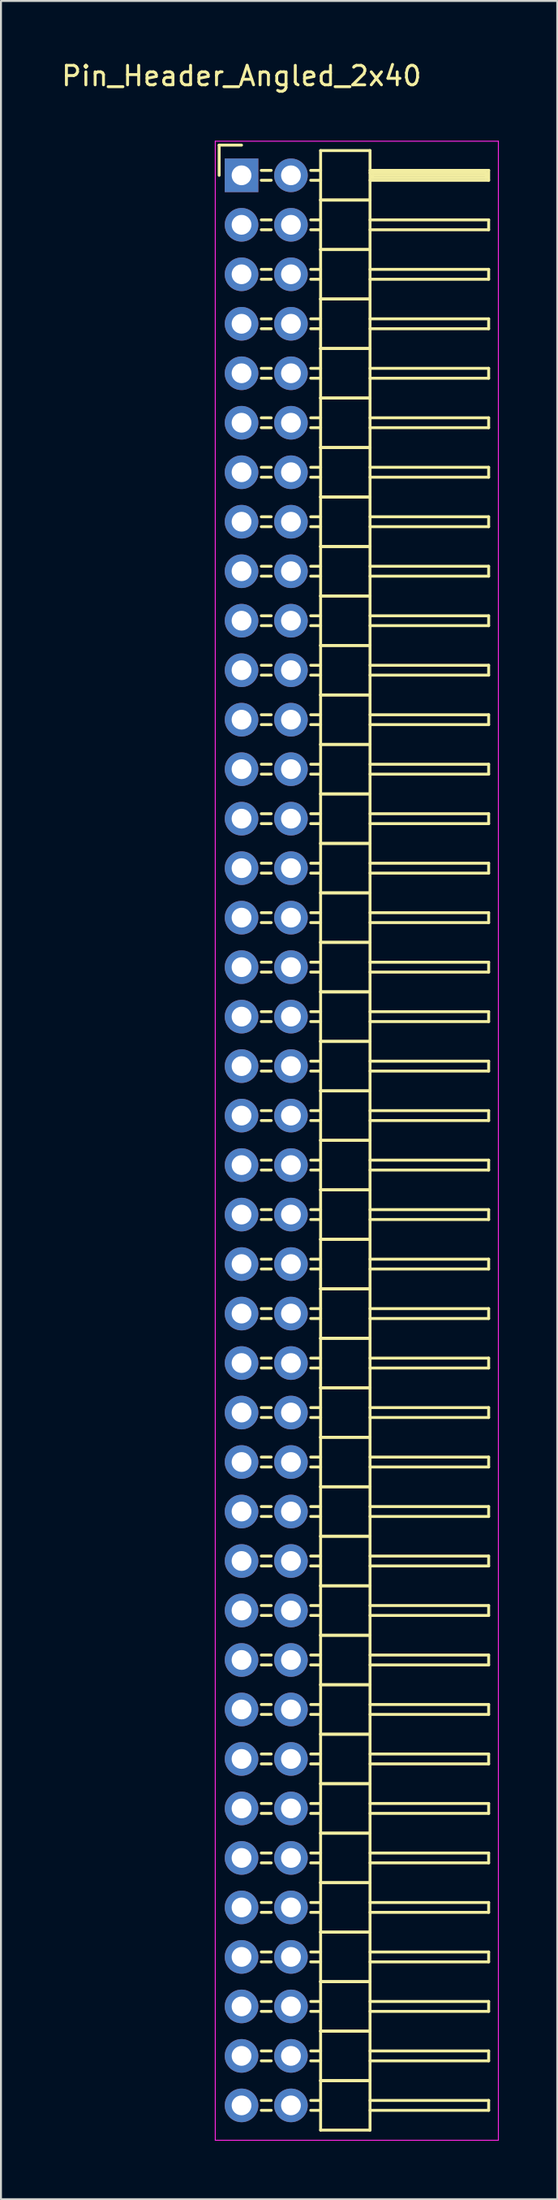
<source format=kicad_pcb>
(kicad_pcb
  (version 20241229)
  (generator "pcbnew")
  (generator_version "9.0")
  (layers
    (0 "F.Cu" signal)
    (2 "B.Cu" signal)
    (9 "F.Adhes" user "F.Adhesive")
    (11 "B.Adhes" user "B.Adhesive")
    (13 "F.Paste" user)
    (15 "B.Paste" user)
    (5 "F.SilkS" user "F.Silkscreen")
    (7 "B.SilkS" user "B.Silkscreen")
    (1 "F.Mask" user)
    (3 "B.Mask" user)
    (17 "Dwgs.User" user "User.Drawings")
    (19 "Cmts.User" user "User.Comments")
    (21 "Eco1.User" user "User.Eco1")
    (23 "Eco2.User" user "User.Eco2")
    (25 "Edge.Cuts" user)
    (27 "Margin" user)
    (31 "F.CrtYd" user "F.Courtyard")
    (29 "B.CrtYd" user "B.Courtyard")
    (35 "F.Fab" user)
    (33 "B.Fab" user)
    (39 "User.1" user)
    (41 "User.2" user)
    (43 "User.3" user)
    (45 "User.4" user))
  (footprint "Pin_Header_Angled_2x40"
    (layer "F.Cu")
    (at 9.363 5.948)
    (property "Reference" "Pin_Header_Angled_2x40" (at 0 -5.1 0) (layer "F.SilkS") (effects (font (size 1 1) (thickness 0.15))))
    (attr through_hole)
    (fp_line (start -1.15 -1.55) (end -1.15 0) (stroke (width 0.15) (type solid)) (layer "F.SilkS"))
    (fp_line (start 0 -1.55) (end -1.15 -1.55) (stroke (width 0.15) (type solid)) (layer "F.SilkS"))
    (fp_line (start 1.524 -0.254) (end 1.016 -0.254) (stroke (width 0.15) (type solid)) (layer "F.SilkS"))
    (fp_line (start 1.524 0.254) (end 1.016 0.254) (stroke (width 0.15) (type solid)) (layer "F.SilkS"))
    (fp_line (start 1.524 2.286) (end 1.016 2.286) (stroke (width 0.15) (type solid)) (layer "F.SilkS"))
    (fp_line (start 1.524 2.794) (end 1.016 2.794) (stroke (width 0.15) (type solid)) (layer "F.SilkS"))
    (fp_line (start 1.524 4.826) (end 1.016 4.826) (stroke (width 0.15) (type solid)) (layer "F.SilkS"))
    (fp_line (start 1.524 5.334) (end 1.016 5.334) (stroke (width 0.15) (type solid)) (layer "F.SilkS"))
    (fp_line (start 1.524 7.366) (end 1.016 7.366) (stroke (width 0.15) (type solid)) (layer "F.SilkS"))
    (fp_line (start 1.524 7.874) (end 1.016 7.874) (stroke (width 0.15) (type solid)) (layer "F.SilkS"))
    (fp_line (start 1.524 9.906) (end 1.016 9.906) (stroke (width 0.15) (type solid)) (layer "F.SilkS"))
    (fp_line (start 1.524 10.414) (end 1.016 10.414) (stroke (width 0.15) (type solid)) (layer "F.SilkS"))
    (fp_line (start 1.524 12.446) (end 1.016 12.446) (stroke (width 0.15) (type solid)) (layer "F.SilkS"))
    (fp_line (start 1.524 12.954) (end 1.016 12.954) (stroke (width 0.15) (type solid)) (layer "F.SilkS"))
    (fp_line (start 1.524 14.986) (end 1.016 14.986) (stroke (width 0.15) (type solid)) (layer "F.SilkS"))
    (fp_line (start 1.524 15.494) (end 1.016 15.494) (stroke (width 0.15) (type solid)) (layer "F.SilkS"))
    (fp_line (start 1.524 17.526) (end 1.016 17.526) (stroke (width 0.15) (type solid)) (layer "F.SilkS"))
    (fp_line (start 1.524 18.034) (end 1.016 18.034) (stroke (width 0.15) (type solid)) (layer "F.SilkS"))
    (fp_line (start 1.524 20.066) (end 1.016 20.066) (stroke (width 0.15) (type solid)) (layer "F.SilkS"))
    (fp_line (start 1.524 20.574) (end 1.016 20.574) (stroke (width 0.15) (type solid)) (layer "F.SilkS"))
    (fp_line (start 1.524 22.606) (end 1.016 22.606) (stroke (width 0.15) (type solid)) (layer "F.SilkS"))
    (fp_line (start 1.524 23.114) (end 1.016 23.114) (stroke (width 0.15) (type solid)) (layer "F.SilkS"))
    (fp_line (start 1.524 25.146) (end 1.016 25.146) (stroke (width 0.15) (type solid)) (layer "F.SilkS"))
    (fp_line (start 1.524 25.654) (end 1.016 25.654) (stroke (width 0.15) (type solid)) (layer "F.SilkS"))
    (fp_line (start 1.524 27.686) (end 1.016 27.686) (stroke (width 0.15) (type solid)) (layer "F.SilkS"))
    (fp_line (start 1.524 28.194) (end 1.016 28.194) (stroke (width 0.15) (type solid)) (layer "F.SilkS"))
    (fp_line (start 1.524 30.226) (end 1.016 30.226) (stroke (width 0.15) (type solid)) (layer "F.SilkS"))
    (fp_line (start 1.524 30.734) (end 1.016 30.734) (stroke (width 0.15) (type solid)) (layer "F.SilkS"))
    (fp_line (start 1.524 32.766) (end 1.016 32.766) (stroke (width 0.15) (type solid)) (layer "F.SilkS"))
    (fp_line (start 1.524 33.274) (end 1.016 33.274) (stroke (width 0.15) (type solid)) (layer "F.SilkS"))
    (fp_line (start 1.524 35.306) (end 1.016 35.306) (stroke (width 0.15) (type solid)) (layer "F.SilkS"))
    (fp_line (start 1.524 35.814) (end 1.016 35.814) (stroke (width 0.15) (type solid)) (layer "F.SilkS"))
    (fp_line (start 1.524 37.846) (end 1.016 37.846) (stroke (width 0.15) (type solid)) (layer "F.SilkS"))
    (fp_line (start 1.524 38.354) (end 1.016 38.354) (stroke (width 0.15) (type solid)) (layer "F.SilkS"))
    (fp_line (start 1.524 40.386) (end 1.016 40.386) (stroke (width 0.15) (type solid)) (layer "F.SilkS"))
    (fp_line (start 1.524 40.894) (end 1.016 40.894) (stroke (width 0.15) (type solid)) (layer "F.SilkS"))
    (fp_line (start 1.524 42.926) (end 1.016 42.926) (stroke (width 0.15) (type solid)) (layer "F.SilkS"))
    (fp_line (start 1.524 43.434) (end 1.016 43.434) (stroke (width 0.15) (type solid)) (layer "F.SilkS"))
    (fp_line (start 1.524 45.466) (end 1.016 45.466) (stroke (width 0.15) (type solid)) (layer "F.SilkS"))
    (fp_line (start 1.524 45.974) (end 1.016 45.974) (stroke (width 0.15) (type solid)) (layer "F.SilkS"))
    (fp_line (start 1.524 48.006) (end 1.016 48.006) (stroke (width 0.15) (type solid)) (layer "F.SilkS"))
    (fp_line (start 1.524 48.514) (end 1.016 48.514) (stroke (width 0.15) (type solid)) (layer "F.SilkS"))
    (fp_line (start 1.524 50.546) (end 1.016 50.546) (stroke (width 0.15) (type solid)) (layer "F.SilkS"))
    (fp_line (start 1.524 51.054) (end 1.016 51.054) (stroke (width 0.15) (type solid)) (layer "F.SilkS"))
    (fp_line (start 1.524 53.086) (end 1.016 53.086) (stroke (width 0.15) (type solid)) (layer "F.SilkS"))
    (fp_line (start 1.524 53.594) (end 1.016 53.594) (stroke (width 0.15) (type solid)) (layer "F.SilkS"))
    (fp_line (start 1.524 55.626) (end 1.016 55.626) (stroke (width 0.15) (type solid)) (layer "F.SilkS"))
    (fp_line (start 1.524 56.134) (end 1.016 56.134) (stroke (width 0.15) (type solid)) (layer "F.SilkS"))
    (fp_line (start 1.524 58.166) (end 1.016 58.166) (stroke (width 0.15) (type solid)) (layer "F.SilkS"))
    (fp_line (start 1.524 58.674) (end 1.016 58.674) (stroke (width 0.15) (type solid)) (layer "F.SilkS"))
    (fp_line (start 1.524 60.706) (end 1.016 60.706) (stroke (width 0.15) (type solid)) (layer "F.SilkS"))
    (fp_line (start 1.524 61.214) (end 1.016 61.214) (stroke (width 0.15) (type solid)) (layer "F.SilkS"))
    (fp_line (start 1.524 63.246) (end 1.016 63.246) (stroke (width 0.15) (type solid)) (layer "F.SilkS"))
    (fp_line (start 1.524 63.754) (end 1.016 63.754) (stroke (width 0.15) (type solid)) (layer "F.SilkS"))
    (fp_line (start 1.524 65.786) (end 1.016 65.786) (stroke (width 0.15) (type solid)) (layer "F.SilkS"))
    (fp_line (start 1.524 66.294) (end 1.016 66.294) (stroke (width 0.15) (type solid)) (layer "F.SilkS"))
    (fp_line (start 1.524 68.326) (end 1.016 68.326) (stroke (width 0.15) (type solid)) (layer "F.SilkS"))
    (fp_line (start 1.524 68.834) (end 1.016 68.834) (stroke (width 0.15) (type solid)) (layer "F.SilkS"))
    (fp_line (start 1.524 70.866) (end 1.016 70.866) (stroke (width 0.15) (type solid)) (layer "F.SilkS"))
    (fp_line (start 1.524 71.374) (end 1.016 71.374) (stroke (width 0.15) (type solid)) (layer "F.SilkS"))
    (fp_line (start 1.524 73.406) (end 1.016 73.406) (stroke (width 0.15) (type solid)) (layer "F.SilkS"))
    (fp_line (start 1.524 73.914) (end 1.016 73.914) (stroke (width 0.15) (type solid)) (layer "F.SilkS"))
    (fp_line (start 1.524 75.946) (end 1.016 75.946) (stroke (width 0.15) (type solid)) (layer "F.SilkS"))
    (fp_line (start 1.524 76.454) (end 1.016 76.454) (stroke (width 0.15) (type solid)) (layer "F.SilkS"))
    (fp_line (start 1.524 78.486) (end 1.016 78.486) (stroke (width 0.15) (type solid)) (layer "F.SilkS"))
    (fp_line (start 1.524 78.994) (end 1.016 78.994) (stroke (width 0.15) (type solid)) (layer "F.SilkS"))
    (fp_line (start 1.524 81.026) (end 1.016 81.026) (stroke (width 0.15) (type solid)) (layer "F.SilkS"))
    (fp_line (start 1.524 81.534) (end 1.016 81.534) (stroke (width 0.15) (type solid)) (layer "F.SilkS"))
    (fp_line (start 1.524 83.566) (end 1.016 83.566) (stroke (width 0.15) (type solid)) (layer "F.SilkS"))
    (fp_line (start 1.524 84.074) (end 1.016 84.074) (stroke (width 0.15) (type solid)) (layer "F.SilkS"))
    (fp_line (start 1.524 86.106) (end 1.016 86.106) (stroke (width 0.15) (type solid)) (layer "F.SilkS"))
    (fp_line (start 1.524 86.614) (end 1.016 86.614) (stroke (width 0.15) (type solid)) (layer "F.SilkS"))
    (fp_line (start 1.524 88.646) (end 1.016 88.646) (stroke (width 0.15) (type solid)) (layer "F.SilkS"))
    (fp_line (start 1.524 89.154) (end 1.016 89.154) (stroke (width 0.15) (type solid)) (layer "F.SilkS"))
    (fp_line (start 1.524 91.186) (end 1.016 91.186) (stroke (width 0.15) (type solid)) (layer "F.SilkS"))
    (fp_line (start 1.524 91.694) (end 1.016 91.694) (stroke (width 0.15) (type solid)) (layer "F.SilkS"))
    (fp_line (start 1.524 93.726) (end 1.016 93.726) (stroke (width 0.15) (type solid)) (layer "F.SilkS"))
    (fp_line (start 1.524 94.234) (end 1.016 94.234) (stroke (width 0.15) (type solid)) (layer "F.SilkS"))
    (fp_line (start 1.524 96.266) (end 1.016 96.266) (stroke (width 0.15) (type solid)) (layer "F.SilkS"))
    (fp_line (start 1.524 96.774) (end 1.016 96.774) (stroke (width 0.15) (type solid)) (layer "F.SilkS"))
    (fp_line (start 1.524 98.806) (end 1.016 98.806) (stroke (width 0.15) (type solid)) (layer "F.SilkS"))
    (fp_line (start 1.524 99.314) (end 1.016 99.314) (stroke (width 0.15) (type solid)) (layer "F.SilkS"))
    (fp_line (start 4.064 -1.27) (end 4.064 1.27) (stroke (width 0.15) (type solid)) (layer "F.SilkS"))
    (fp_line (start 4.064 -1.27) (end 6.604 -1.27) (stroke (width 0.15) (type solid)) (layer "F.SilkS"))
    (fp_line (start 4.064 -0.254) (end 3.556 -0.254) (stroke (width 0.15) (type solid)) (layer "F.SilkS"))
    (fp_line (start 4.064 0.254) (end 3.556 0.254) (stroke (width 0.15) (type solid)) (layer "F.SilkS"))
    (fp_line (start 4.064 1.27) (end 4.064 3.81) (stroke (width 0.15) (type solid)) (layer "F.SilkS"))
    (fp_line (start 4.064 1.27) (end 6.604 1.27) (stroke (width 0.15) (type solid)) (layer "F.SilkS"))
    (fp_line (start 4.064 1.27) (end 6.604 1.27) (stroke (width 0.15) (type solid)) (layer "F.SilkS"))
    (fp_line (start 4.064 2.286) (end 3.556 2.286) (stroke (width 0.15) (type solid)) (layer "F.SilkS"))
    (fp_line (start 4.064 2.794) (end 3.556 2.794) (stroke (width 0.15) (type solid)) (layer "F.SilkS"))
    (fp_line (start 4.064 3.81) (end 4.064 6.35) (stroke (width 0.15) (type solid)) (layer "F.SilkS"))
    (fp_line (start 4.064 3.81) (end 6.604 3.81) (stroke (width 0.15) (type solid)) (layer "F.SilkS"))
    (fp_line (start 4.064 3.81) (end 6.604 3.81) (stroke (width 0.15) (type solid)) (layer "F.SilkS"))
    (fp_line (start 4.064 4.826) (end 3.556 4.826) (stroke (width 0.15) (type solid)) (layer "F.SilkS"))
    (fp_line (start 4.064 5.334) (end 3.556 5.334) (stroke (width 0.15) (type solid)) (layer "F.SilkS"))
    (fp_line (start 4.064 6.35) (end 4.064 8.89) (stroke (width 0.15) (type solid)) (layer "F.SilkS"))
    (fp_line (start 4.064 6.35) (end 6.604 6.35) (stroke (width 0.15) (type solid)) (layer "F.SilkS"))
    (fp_line (start 4.064 6.35) (end 6.604 6.35) (stroke (width 0.15) (type solid)) (layer "F.SilkS"))
    (fp_line (start 4.064 7.366) (end 3.556 7.366) (stroke (width 0.15) (type solid)) (layer "F.SilkS"))
    (fp_line (start 4.064 7.874) (end 3.556 7.874) (stroke (width 0.15) (type solid)) (layer "F.SilkS"))
    (fp_line (start 4.064 8.89) (end 4.064 11.43) (stroke (width 0.15) (type solid)) (layer "F.SilkS"))
    (fp_line (start 4.064 8.89) (end 6.604 8.89) (stroke (width 0.15) (type solid)) (layer "F.SilkS"))
    (fp_line (start 4.064 8.89) (end 6.604 8.89) (stroke (width 0.15) (type solid)) (layer "F.SilkS"))
    (fp_line (start 4.064 9.906) (end 3.556 9.906) (stroke (width 0.15) (type solid)) (layer "F.SilkS"))
    (fp_line (start 4.064 10.414) (end 3.556 10.414) (stroke (width 0.15) (type solid)) (layer "F.SilkS"))
    (fp_line (start 4.064 11.43) (end 4.064 13.97) (stroke (width 0.15) (type solid)) (layer "F.SilkS"))
    (fp_line (start 4.064 11.43) (end 6.604 11.43) (stroke (width 0.15) (type solid)) (layer "F.SilkS"))
    (fp_line (start 4.064 11.43) (end 6.604 11.43) (stroke (width 0.15) (type solid)) (layer "F.SilkS"))
    (fp_line (start 4.064 12.446) (end 3.556 12.446) (stroke (width 0.15) (type solid)) (layer "F.SilkS"))
    (fp_line (start 4.064 12.954) (end 3.556 12.954) (stroke (width 0.15) (type solid)) (layer "F.SilkS"))
    (fp_line (start 4.064 13.97) (end 4.064 16.51) (stroke (width 0.15) (type solid)) (layer "F.SilkS"))
    (fp_line (start 4.064 13.97) (end 6.604 13.97) (stroke (width 0.15) (type solid)) (layer "F.SilkS"))
    (fp_line (start 4.064 13.97) (end 6.604 13.97) (stroke (width 0.15) (type solid)) (layer "F.SilkS"))
    (fp_line (start 4.064 14.986) (end 3.556 14.986) (stroke (width 0.15) (type solid)) (layer "F.SilkS"))
    (fp_line (start 4.064 15.494) (end 3.556 15.494) (stroke (width 0.15) (type solid)) (layer "F.SilkS"))
    (fp_line (start 4.064 16.51) (end 4.064 19.05) (stroke (width 0.15) (type solid)) (layer "F.SilkS"))
    (fp_line (start 4.064 16.51) (end 6.604 16.51) (stroke (width 0.15) (type solid)) (layer "F.SilkS"))
    (fp_line (start 4.064 16.51) (end 6.604 16.51) (stroke (width 0.15) (type solid)) (layer "F.SilkS"))
    (fp_line (start 4.064 17.526) (end 3.556 17.526) (stroke (width 0.15) (type solid)) (layer "F.SilkS"))
    (fp_line (start 4.064 18.034) (end 3.556 18.034) (stroke (width 0.15) (type solid)) (layer "F.SilkS"))
    (fp_line (start 4.064 19.05) (end 4.064 21.59) (stroke (width 0.15) (type solid)) (layer "F.SilkS"))
    (fp_line (start 4.064 19.05) (end 6.604 19.05) (stroke (width 0.15) (type solid)) (layer "F.SilkS"))
    (fp_line (start 4.064 19.05) (end 6.604 19.05) (stroke (width 0.15) (type solid)) (layer "F.SilkS"))
    (fp_line (start 4.064 20.066) (end 3.556 20.066) (stroke (width 0.15) (type solid)) (layer "F.SilkS"))
    (fp_line (start 4.064 20.574) (end 3.556 20.574) (stroke (width 0.15) (type solid)) (layer "F.SilkS"))
    (fp_line (start 4.064 21.59) (end 4.064 24.13) (stroke (width 0.15) (type solid)) (layer "F.SilkS"))
    (fp_line (start 4.064 21.59) (end 6.604 21.59) (stroke (width 0.15) (type solid)) (layer "F.SilkS"))
    (fp_line (start 4.064 21.59) (end 6.604 21.59) (stroke (width 0.15) (type solid)) (layer "F.SilkS"))
    (fp_line (start 4.064 22.606) (end 3.556 22.606) (stroke (width 0.15) (type solid)) (layer "F.SilkS"))
    (fp_line (start 4.064 23.114) (end 3.556 23.114) (stroke (width 0.15) (type solid)) (layer "F.SilkS"))
    (fp_line (start 4.064 24.13) (end 4.064 26.67) (stroke (width 0.15) (type solid)) (layer "F.SilkS"))
    (fp_line (start 4.064 24.13) (end 6.604 24.13) (stroke (width 0.15) (type solid)) (layer "F.SilkS"))
    (fp_line (start 4.064 24.13) (end 6.604 24.13) (stroke (width 0.15) (type solid)) (layer "F.SilkS"))
    (fp_line (start 4.064 25.146) (end 3.556 25.146) (stroke (width 0.15) (type solid)) (layer "F.SilkS"))
    (fp_line (start 4.064 25.654) (end 3.556 25.654) (stroke (width 0.15) (type solid)) (layer "F.SilkS"))
    (fp_line (start 4.064 26.67) (end 4.064 29.21) (stroke (width 0.15) (type solid)) (layer "F.SilkS"))
    (fp_line (start 4.064 26.67) (end 6.604 26.67) (stroke (width 0.15) (type solid)) (layer "F.SilkS"))
    (fp_line (start 4.064 26.67) (end 6.604 26.67) (stroke (width 0.15) (type solid)) (layer "F.SilkS"))
    (fp_line (start 4.064 27.686) (end 3.556 27.686) (stroke (width 0.15) (type solid)) (layer "F.SilkS"))
    (fp_line (start 4.064 28.194) (end 3.556 28.194) (stroke (width 0.15) (type solid)) (layer "F.SilkS"))
    (fp_line (start 4.064 29.21) (end 4.064 31.75) (stroke (width 0.15) (type solid)) (layer "F.SilkS"))
    (fp_line (start 4.064 29.21) (end 6.604 29.21) (stroke (width 0.15) (type solid)) (layer "F.SilkS"))
    (fp_line (start 4.064 29.21) (end 6.604 29.21) (stroke (width 0.15) (type solid)) (layer "F.SilkS"))
    (fp_line (start 4.064 30.226) (end 3.556 30.226) (stroke (width 0.15) (type solid)) (layer "F.SilkS"))
    (fp_line (start 4.064 30.734) (end 3.556 30.734) (stroke (width 0.15) (type solid)) (layer "F.SilkS"))
    (fp_line (start 4.064 31.75) (end 4.064 34.29) (stroke (width 0.15) (type solid)) (layer "F.SilkS"))
    (fp_line (start 4.064 31.75) (end 6.604 31.75) (stroke (width 0.15) (type solid)) (layer "F.SilkS"))
    (fp_line (start 4.064 31.75) (end 6.604 31.75) (stroke (width 0.15) (type solid)) (layer "F.SilkS"))
    (fp_line (start 4.064 32.766) (end 3.556 32.766) (stroke (width 0.15) (type solid)) (layer "F.SilkS"))
    (fp_line (start 4.064 33.274) (end 3.556 33.274) (stroke (width 0.15) (type solid)) (layer "F.SilkS"))
    (fp_line (start 4.064 34.29) (end 4.064 36.83) (stroke (width 0.15) (type solid)) (layer "F.SilkS"))
    (fp_line (start 4.064 34.29) (end 6.604 34.29) (stroke (width 0.15) (type solid)) (layer "F.SilkS"))
    (fp_line (start 4.064 34.29) (end 6.604 34.29) (stroke (width 0.15) (type solid)) (layer "F.SilkS"))
    (fp_line (start 4.064 35.306) (end 3.556 35.306) (stroke (width 0.15) (type solid)) (layer "F.SilkS"))
    (fp_line (start 4.064 35.814) (end 3.556 35.814) (stroke (width 0.15) (type solid)) (layer "F.SilkS"))
    (fp_line (start 4.064 36.83) (end 4.064 39.37) (stroke (width 0.15) (type solid)) (layer "F.SilkS"))
    (fp_line (start 4.064 36.83) (end 6.604 36.83) (stroke (width 0.15) (type solid)) (layer "F.SilkS"))
    (fp_line (start 4.064 36.83) (end 6.604 36.83) (stroke (width 0.15) (type solid)) (layer "F.SilkS"))
    (fp_line (start 4.064 37.846) (end 3.556 37.846) (stroke (width 0.15) (type solid)) (layer "F.SilkS"))
    (fp_line (start 4.064 38.354) (end 3.556 38.354) (stroke (width 0.15) (type solid)) (layer "F.SilkS"))
    (fp_line (start 4.064 39.37) (end 4.064 41.91) (stroke (width 0.15) (type solid)) (layer "F.SilkS"))
    (fp_line (start 4.064 39.37) (end 6.604 39.37) (stroke (width 0.15) (type solid)) (layer "F.SilkS"))
    (fp_line (start 4.064 39.37) (end 6.604 39.37) (stroke (width 0.15) (type solid)) (layer "F.SilkS"))
    (fp_line (start 4.064 40.386) (end 3.556 40.386) (stroke (width 0.15) (type solid)) (layer "F.SilkS"))
    (fp_line (start 4.064 40.894) (end 3.556 40.894) (stroke (width 0.15) (type solid)) (layer "F.SilkS"))
    (fp_line (start 4.064 41.91) (end 4.064 44.45) (stroke (width 0.15) (type solid)) (layer "F.SilkS"))
    (fp_line (start 4.064 41.91) (end 6.604 41.91) (stroke (width 0.15) (type solid)) (layer "F.SilkS"))
    (fp_line (start 4.064 41.91) (end 6.604 41.91) (stroke (width 0.15) (type solid)) (layer "F.SilkS"))
    (fp_line (start 4.064 42.926) (end 3.556 42.926) (stroke (width 0.15) (type solid)) (layer "F.SilkS"))
    (fp_line (start 4.064 43.434) (end 3.556 43.434) (stroke (width 0.15) (type solid)) (layer "F.SilkS"))
    (fp_line (start 4.064 44.45) (end 4.064 46.99) (stroke (width 0.15) (type solid)) (layer "F.SilkS"))
    (fp_line (start 4.064 44.45) (end 6.604 44.45) (stroke (width 0.15) (type solid)) (layer "F.SilkS"))
    (fp_line (start 4.064 44.45) (end 6.604 44.45) (stroke (width 0.15) (type solid)) (layer "F.SilkS"))
    (fp_line (start 4.064 45.466) (end 3.556 45.466) (stroke (width 0.15) (type solid)) (layer "F.SilkS"))
    (fp_line (start 4.064 45.974) (end 3.556 45.974) (stroke (width 0.15) (type solid)) (layer "F.SilkS"))
    (fp_line (start 4.064 46.99) (end 4.064 49.53) (stroke (width 0.15) (type solid)) (layer "F.SilkS"))
    (fp_line (start 4.064 46.99) (end 6.604 46.99) (stroke (width 0.15) (type solid)) (layer "F.SilkS"))
    (fp_line (start 4.064 46.99) (end 6.604 46.99) (stroke (width 0.15) (type solid)) (layer "F.SilkS"))
    (fp_line (start 4.064 48.006) (end 3.556 48.006) (stroke (width 0.15) (type solid)) (layer "F.SilkS"))
    (fp_line (start 4.064 48.514) (end 3.556 48.514) (stroke (width 0.15) (type solid)) (layer "F.SilkS"))
    (fp_line (start 4.064 49.53) (end 4.064 52.07) (stroke (width 0.15) (type solid)) (layer "F.SilkS"))
    (fp_line (start 4.064 49.53) (end 6.604 49.53) (stroke (width 0.15) (type solid)) (layer "F.SilkS"))
    (fp_line (start 4.064 49.53) (end 6.604 49.53) (stroke (width 0.15) (type solid)) (layer "F.SilkS"))
    (fp_line (start 4.064 50.546) (end 3.556 50.546) (stroke (width 0.15) (type solid)) (layer "F.SilkS"))
    (fp_line (start 4.064 51.054) (end 3.556 51.054) (stroke (width 0.15) (type solid)) (layer "F.SilkS"))
    (fp_line (start 4.064 52.07) (end 4.064 54.61) (stroke (width 0.15) (type solid)) (layer "F.SilkS"))
    (fp_line (start 4.064 52.07) (end 6.604 52.07) (stroke (width 0.15) (type solid)) (layer "F.SilkS"))
    (fp_line (start 4.064 52.07) (end 6.604 52.07) (stroke (width 0.15) (type solid)) (layer "F.SilkS"))
    (fp_line (start 4.064 53.086) (end 3.556 53.086) (stroke (width 0.15) (type solid)) (layer "F.SilkS"))
    (fp_line (start 4.064 53.594) (end 3.556 53.594) (stroke (width 0.15) (type solid)) (layer "F.SilkS"))
    (fp_line (start 4.064 54.61) (end 4.064 57.15) (stroke (width 0.15) (type solid)) (layer "F.SilkS"))
    (fp_line (start 4.064 54.61) (end 6.604 54.61) (stroke (width 0.15) (type solid)) (layer "F.SilkS"))
    (fp_line (start 4.064 54.61) (end 6.604 54.61) (stroke (width 0.15) (type solid)) (layer "F.SilkS"))
    (fp_line (start 4.064 55.626) (end 3.556 55.626) (stroke (width 0.15) (type solid)) (layer "F.SilkS"))
    (fp_line (start 4.064 56.134) (end 3.556 56.134) (stroke (width 0.15) (type solid)) (layer "F.SilkS"))
    (fp_line (start 4.064 57.15) (end 4.064 59.69) (stroke (width 0.15) (type solid)) (layer "F.SilkS"))
    (fp_line (start 4.064 57.15) (end 6.604 57.15) (stroke (width 0.15) (type solid)) (layer "F.SilkS"))
    (fp_line (start 4.064 57.15) (end 6.604 57.15) (stroke (width 0.15) (type solid)) (layer "F.SilkS"))
    (fp_line (start 4.064 58.166) (end 3.556 58.166) (stroke (width 0.15) (type solid)) (layer "F.SilkS"))
    (fp_line (start 4.064 58.674) (end 3.556 58.674) (stroke (width 0.15) (type solid)) (layer "F.SilkS"))
    (fp_line (start 4.064 59.69) (end 4.064 62.23) (stroke (width 0.15) (type solid)) (layer "F.SilkS"))
    (fp_line (start 4.064 59.69) (end 6.604 59.69) (stroke (width 0.15) (type solid)) (layer "F.SilkS"))
    (fp_line (start 4.064 59.69) (end 6.604 59.69) (stroke (width 0.15) (type solid)) (layer "F.SilkS"))
    (fp_line (start 4.064 60.706) (end 3.556 60.706) (stroke (width 0.15) (type solid)) (layer "F.SilkS"))
    (fp_line (start 4.064 61.214) (end 3.556 61.214) (stroke (width 0.15) (type solid)) (layer "F.SilkS"))
    (fp_line (start 4.064 62.23) (end 4.064 64.77) (stroke (width 0.15) (type solid)) (layer "F.SilkS"))
    (fp_line (start 4.064 62.23) (end 6.604 62.23) (stroke (width 0.15) (type solid)) (layer "F.SilkS"))
    (fp_line (start 4.064 62.23) (end 6.604 62.23) (stroke (width 0.15) (type solid)) (layer "F.SilkS"))
    (fp_line (start 4.064 63.246) (end 3.556 63.246) (stroke (width 0.15) (type solid)) (layer "F.SilkS"))
    (fp_line (start 4.064 63.754) (end 3.556 63.754) (stroke (width 0.15) (type solid)) (layer "F.SilkS"))
    (fp_line (start 4.064 64.77) (end 4.064 67.31) (stroke (width 0.15) (type solid)) (layer "F.SilkS"))
    (fp_line (start 4.064 64.77) (end 6.604 64.77) (stroke (width 0.15) (type solid)) (layer "F.SilkS"))
    (fp_line (start 4.064 64.77) (end 6.604 64.77) (stroke (width 0.15) (type solid)) (layer "F.SilkS"))
    (fp_line (start 4.064 65.786) (end 3.556 65.786) (stroke (width 0.15) (type solid)) (layer "F.SilkS"))
    (fp_line (start 4.064 66.294) (end 3.556 66.294) (stroke (width 0.15) (type solid)) (layer "F.SilkS"))
    (fp_line (start 4.064 67.31) (end 4.064 69.85) (stroke (width 0.15) (type solid)) (layer "F.SilkS"))
    (fp_line (start 4.064 67.31) (end 6.604 67.31) (stroke (width 0.15) (type solid)) (layer "F.SilkS"))
    (fp_line (start 4.064 67.31) (end 6.604 67.31) (stroke (width 0.15) (type solid)) (layer "F.SilkS"))
    (fp_line (start 4.064 68.326) (end 3.556 68.326) (stroke (width 0.15) (type solid)) (layer "F.SilkS"))
    (fp_line (start 4.064 68.834) (end 3.556 68.834) (stroke (width 0.15) (type solid)) (layer "F.SilkS"))
    (fp_line (start 4.064 69.85) (end 4.064 72.39) (stroke (width 0.15) (type solid)) (layer "F.SilkS"))
    (fp_line (start 4.064 69.85) (end 6.604 69.85) (stroke (width 0.15) (type solid)) (layer "F.SilkS"))
    (fp_line (start 4.064 69.85) (end 6.604 69.85) (stroke (width 0.15) (type solid)) (layer "F.SilkS"))
    (fp_line (start 4.064 70.866) (end 3.556 70.866) (stroke (width 0.15) (type solid)) (layer "F.SilkS"))
    (fp_line (start 4.064 71.374) (end 3.556 71.374) (stroke (width 0.15) (type solid)) (layer "F.SilkS"))
    (fp_line (start 4.064 72.39) (end 4.064 74.93) (stroke (width 0.15) (type solid)) (layer "F.SilkS"))
    (fp_line (start 4.064 72.39) (end 6.604 72.39) (stroke (width 0.15) (type solid)) (layer "F.SilkS"))
    (fp_line (start 4.064 72.39) (end 6.604 72.39) (stroke (width 0.15) (type solid)) (layer "F.SilkS"))
    (fp_line (start 4.064 73.406) (end 3.556 73.406) (stroke (width 0.15) (type solid)) (layer "F.SilkS"))
    (fp_line (start 4.064 73.914) (end 3.556 73.914) (stroke (width 0.15) (type solid)) (layer "F.SilkS"))
    (fp_line (start 4.064 74.93) (end 4.064 77.47) (stroke (width 0.15) (type solid)) (layer "F.SilkS"))
    (fp_line (start 4.064 74.93) (end 6.604 74.93) (stroke (width 0.15) (type solid)) (layer "F.SilkS"))
    (fp_line (start 4.064 74.93) (end 6.604 74.93) (stroke (width 0.15) (type solid)) (layer "F.SilkS"))
    (fp_line (start 4.064 75.946) (end 3.556 75.946) (stroke (width 0.15) (type solid)) (layer "F.SilkS"))
    (fp_line (start 4.064 76.454) (end 3.556 76.454) (stroke (width 0.15) (type solid)) (layer "F.SilkS"))
    (fp_line (start 4.064 77.47) (end 4.064 80.01) (stroke (width 0.15) (type solid)) (layer "F.SilkS"))
    (fp_line (start 4.064 77.47) (end 6.604 77.47) (stroke (width 0.15) (type solid)) (layer "F.SilkS"))
    (fp_line (start 4.064 77.47) (end 6.604 77.47) (stroke (width 0.15) (type solid)) (layer "F.SilkS"))
    (fp_line (start 4.064 78.486) (end 3.556 78.486) (stroke (width 0.15) (type solid)) (layer "F.SilkS"))
    (fp_line (start 4.064 78.994) (end 3.556 78.994) (stroke (width 0.15) (type solid)) (layer "F.SilkS"))
    (fp_line (start 4.064 80.01) (end 4.064 82.55) (stroke (width 0.15) (type solid)) (layer "F.SilkS"))
    (fp_line (start 4.064 80.01) (end 6.604 80.01) (stroke (width 0.15) (type solid)) (layer "F.SilkS"))
    (fp_line (start 4.064 80.01) (end 6.604 80.01) (stroke (width 0.15) (type solid)) (layer "F.SilkS"))
    (fp_line (start 4.064 81.026) (end 3.556 81.026) (stroke (width 0.15) (type solid)) (layer "F.SilkS"))
    (fp_line (start 4.064 81.534) (end 3.556 81.534) (stroke (width 0.15) (type solid)) (layer "F.SilkS"))
    (fp_line (start 4.064 82.55) (end 4.064 85.09) (stroke (width 0.15) (type solid)) (layer "F.SilkS"))
    (fp_line (start 4.064 82.55) (end 6.604 82.55) (stroke (width 0.15) (type solid)) (layer "F.SilkS"))
    (fp_line (start 4.064 82.55) (end 6.604 82.55) (stroke (width 0.15) (type solid)) (layer "F.SilkS"))
    (fp_line (start 4.064 83.566) (end 3.556 83.566) (stroke (width 0.15) (type solid)) (layer "F.SilkS"))
    (fp_line (start 4.064 84.074) (end 3.556 84.074) (stroke (width 0.15) (type solid)) (layer "F.SilkS"))
    (fp_line (start 4.064 85.09) (end 4.064 87.63) (stroke (width 0.15) (type solid)) (layer "F.SilkS"))
    (fp_line (start 4.064 85.09) (end 6.604 85.09) (stroke (width 0.15) (type solid)) (layer "F.SilkS"))
    (fp_line (start 4.064 85.09) (end 6.604 85.09) (stroke (width 0.15) (type solid)) (layer "F.SilkS"))
    (fp_line (start 4.064 86.106) (end 3.556 86.106) (stroke (width 0.15) (type solid)) (layer "F.SilkS"))
    (fp_line (start 4.064 86.614) (end 3.556 86.614) (stroke (width 0.15) (type solid)) (layer "F.SilkS"))
    (fp_line (start 4.064 87.63) (end 4.064 90.17) (stroke (width 0.15) (type solid)) (layer "F.SilkS"))
    (fp_line (start 4.064 87.63) (end 6.604 87.63) (stroke (width 0.15) (type solid)) (layer "F.SilkS"))
    (fp_line (start 4.064 87.63) (end 6.604 87.63) (stroke (width 0.15) (type solid)) (layer "F.SilkS"))
    (fp_line (start 4.064 88.646) (end 3.556 88.646) (stroke (width 0.15) (type solid)) (layer "F.SilkS"))
    (fp_line (start 4.064 89.154) (end 3.556 89.154) (stroke (width 0.15) (type solid)) (layer "F.SilkS"))
    (fp_line (start 4.064 90.17) (end 4.064 92.71) (stroke (width 0.15) (type solid)) (layer "F.SilkS"))
    (fp_line (start 4.064 90.17) (end 6.604 90.17) (stroke (width 0.15) (type solid)) (layer "F.SilkS"))
    (fp_line (start 4.064 90.17) (end 6.604 90.17) (stroke (width 0.15) (type solid)) (layer "F.SilkS"))
    (fp_line (start 4.064 91.186) (end 3.556 91.186) (stroke (width 0.15) (type solid)) (layer "F.SilkS"))
    (fp_line (start 4.064 91.694) (end 3.556 91.694) (stroke (width 0.15) (type solid)) (layer "F.SilkS"))
    (fp_line (start 4.064 92.71) (end 4.064 95.25) (stroke (width 0.15) (type solid)) (layer "F.SilkS"))
    (fp_line (start 4.064 92.71) (end 6.604 92.71) (stroke (width 0.15) (type solid)) (layer "F.SilkS"))
    (fp_line (start 4.064 92.71) (end 6.604 92.71) (stroke (width 0.15) (type solid)) (layer "F.SilkS"))
    (fp_line (start 4.064 93.726) (end 3.556 93.726) (stroke (width 0.15) (type solid)) (layer "F.SilkS"))
    (fp_line (start 4.064 94.234) (end 3.556 94.234) (stroke (width 0.15) (type solid)) (layer "F.SilkS"))
    (fp_line (start 4.064 95.25) (end 4.064 97.79) (stroke (width 0.15) (type solid)) (layer "F.SilkS"))
    (fp_line (start 4.064 95.25) (end 6.604 95.25) (stroke (width 0.15) (type solid)) (layer "F.SilkS"))
    (fp_line (start 4.064 95.25) (end 6.604 95.25) (stroke (width 0.15) (type solid)) (layer "F.SilkS"))
    (fp_line (start 4.064 96.266) (end 3.556 96.266) (stroke (width 0.15) (type solid)) (layer "F.SilkS"))
    (fp_line (start 4.064 96.774) (end 3.556 96.774) (stroke (width 0.15) (type solid)) (layer "F.SilkS"))
    (fp_line (start 4.064 97.79) (end 4.064 100.33) (stroke (width 0.15) (type solid)) (layer "F.SilkS"))
    (fp_line (start 4.064 97.79) (end 6.604 97.79) (stroke (width 0.15) (type solid)) (layer "F.SilkS"))
    (fp_line (start 4.064 97.79) (end 6.604 97.79) (stroke (width 0.15) (type solid)) (layer "F.SilkS"))
    (fp_line (start 4.064 98.806) (end 3.556 98.806) (stroke (width 0.15) (type solid)) (layer "F.SilkS"))
    (fp_line (start 4.064 99.314) (end 3.556 99.314) (stroke (width 0.15) (type solid)) (layer "F.SilkS"))
    (fp_line (start 4.064 100.33) (end 6.604 100.33) (stroke (width 0.15) (type solid)) (layer "F.SilkS"))
    (fp_line (start 6.604 -0.254) (end 12.7 -0.254) (stroke (width 0.15) (type solid)) (layer "F.SilkS"))
    (fp_line (start 6.604 -0.127) (end 12.573 -0.127) (stroke (width 0.15) (type solid)) (layer "F.SilkS"))
    (fp_line (start 6.604 1.27) (end 6.604 -1.27) (stroke (width 0.15) (type solid)) (layer "F.SilkS"))
    (fp_line (start 6.604 2.286) (end 12.7 2.286) (stroke (width 0.15) (type solid)) (layer "F.SilkS"))
    (fp_line (start 6.604 3.81) (end 6.604 1.27) (stroke (width 0.15) (type solid)) (layer "F.SilkS"))
    (fp_line (start 6.604 4.826) (end 12.7 4.826) (stroke (width 0.15) (type solid)) (layer "F.SilkS"))
    (fp_line (start 6.604 6.35) (end 6.604 3.81) (stroke (width 0.15) (type solid)) (layer "F.SilkS"))
    (fp_line (start 6.604 7.366) (end 12.7 7.366) (stroke (width 0.15) (type solid)) (layer "F.SilkS"))
    (fp_line (start 6.604 8.89) (end 6.604 6.35) (stroke (width 0.15) (type solid)) (layer "F.SilkS"))
    (fp_line (start 6.604 9.906) (end 12.7 9.906) (stroke (width 0.15) (type solid)) (layer "F.SilkS"))
    (fp_line (start 6.604 11.43) (end 6.604 8.89) (stroke (width 0.15) (type solid)) (layer "F.SilkS"))
    (fp_line (start 6.604 12.446) (end 12.7 12.446) (stroke (width 0.15) (type solid)) (layer "F.SilkS"))
    (fp_line (start 6.604 13.97) (end 6.604 11.43) (stroke (width 0.15) (type solid)) (layer "F.SilkS"))
    (fp_line (start 6.604 14.986) (end 12.7 14.986) (stroke (width 0.15) (type solid)) (layer "F.SilkS"))
    (fp_line (start 6.604 16.51) (end 6.604 13.97) (stroke (width 0.15) (type solid)) (layer "F.SilkS"))
    (fp_line (start 6.604 17.526) (end 12.7 17.526) (stroke (width 0.15) (type solid)) (layer "F.SilkS"))
    (fp_line (start 6.604 19.05) (end 6.604 16.51) (stroke (width 0.15) (type solid)) (layer "F.SilkS"))
    (fp_line (start 6.604 20.066) (end 12.7 20.066) (stroke (width 0.15) (type solid)) (layer "F.SilkS"))
    (fp_line (start 6.604 21.59) (end 6.604 19.05) (stroke (width 0.15) (type solid)) (layer "F.SilkS"))
    (fp_line (start 6.604 22.606) (end 12.7 22.606) (stroke (width 0.15) (type solid)) (layer "F.SilkS"))
    (fp_line (start 6.604 24.13) (end 6.604 21.59) (stroke (width 0.15) (type solid)) (layer "F.SilkS"))
    (fp_line (start 6.604 25.146) (end 12.7 25.146) (stroke (width 0.15) (type solid)) (layer "F.SilkS"))
    (fp_line (start 6.604 26.67) (end 6.604 24.13) (stroke (width 0.15) (type solid)) (layer "F.SilkS"))
    (fp_line (start 6.604 27.686) (end 12.7 27.686) (stroke (width 0.15) (type solid)) (layer "F.SilkS"))
    (fp_line (start 6.604 29.21) (end 6.604 26.67) (stroke (width 0.15) (type solid)) (layer "F.SilkS"))
    (fp_line (start 6.604 30.226) (end 12.7 30.226) (stroke (width 0.15) (type solid)) (layer "F.SilkS"))
    (fp_line (start 6.604 31.75) (end 6.604 29.21) (stroke (width 0.15) (type solid)) (layer "F.SilkS"))
    (fp_line (start 6.604 32.766) (end 12.7 32.766) (stroke (width 0.15) (type solid)) (layer "F.SilkS"))
    (fp_line (start 6.604 34.29) (end 6.604 31.75) (stroke (width 0.15) (type solid)) (layer "F.SilkS"))
    (fp_line (start 6.604 35.306) (end 12.7 35.306) (stroke (width 0.15) (type solid)) (layer "F.SilkS"))
    (fp_line (start 6.604 36.83) (end 6.604 34.29) (stroke (width 0.15) (type solid)) (layer "F.SilkS"))
    (fp_line (start 6.604 37.846) (end 12.7 37.846) (stroke (width 0.15) (type solid)) (layer "F.SilkS"))
    (fp_line (start 6.604 39.37) (end 6.604 36.83) (stroke (width 0.15) (type solid)) (layer "F.SilkS"))
    (fp_line (start 6.604 40.386) (end 12.7 40.386) (stroke (width 0.15) (type solid)) (layer "F.SilkS"))
    (fp_line (start 6.604 41.91) (end 6.604 39.37) (stroke (width 0.15) (type solid)) (layer "F.SilkS"))
    (fp_line (start 6.604 42.926) (end 12.7 42.926) (stroke (width 0.15) (type solid)) (layer "F.SilkS"))
    (fp_line (start 6.604 44.45) (end 6.604 41.91) (stroke (width 0.15) (type solid)) (layer "F.SilkS"))
    (fp_line (start 6.604 45.466) (end 12.7 45.466) (stroke (width 0.15) (type solid)) (layer "F.SilkS"))
    (fp_line (start 6.604 46.99) (end 6.604 44.45) (stroke (width 0.15) (type solid)) (layer "F.SilkS"))
    (fp_line (start 6.604 48.006) (end 12.7 48.006) (stroke (width 0.15) (type solid)) (layer "F.SilkS"))
    (fp_line (start 6.604 49.53) (end 6.604 46.99) (stroke (width 0.15) (type solid)) (layer "F.SilkS"))
    (fp_line (start 6.604 50.546) (end 12.7 50.546) (stroke (width 0.15) (type solid)) (layer "F.SilkS"))
    (fp_line (start 6.604 52.07) (end 6.604 49.53) (stroke (width 0.15) (type solid)) (layer "F.SilkS"))
    (fp_line (start 6.604 53.086) (end 12.7 53.086) (stroke (width 0.15) (type solid)) (layer "F.SilkS"))
    (fp_line (start 6.604 54.61) (end 6.604 52.07) (stroke (width 0.15) (type solid)) (layer "F.SilkS"))
    (fp_line (start 6.604 55.626) (end 12.7 55.626) (stroke (width 0.15) (type solid)) (layer "F.SilkS"))
    (fp_line (start 6.604 57.15) (end 6.604 54.61) (stroke (width 0.15) (type solid)) (layer "F.SilkS"))
    (fp_line (start 6.604 58.166) (end 12.7 58.166) (stroke (width 0.15) (type solid)) (layer "F.SilkS"))
    (fp_line (start 6.604 59.69) (end 6.604 57.15) (stroke (width 0.15) (type solid)) (layer "F.SilkS"))
    (fp_line (start 6.604 60.706) (end 12.7 60.706) (stroke (width 0.15) (type solid)) (layer "F.SilkS"))
    (fp_line (start 6.604 62.23) (end 6.604 59.69) (stroke (width 0.15) (type solid)) (layer "F.SilkS"))
    (fp_line (start 6.604 63.246) (end 12.7 63.246) (stroke (width 0.15) (type solid)) (layer "F.SilkS"))
    (fp_line (start 6.604 64.77) (end 6.604 62.23) (stroke (width 0.15) (type solid)) (layer "F.SilkS"))
    (fp_line (start 6.604 65.786) (end 12.7 65.786) (stroke (width 0.15) (type solid)) (layer "F.SilkS"))
    (fp_line (start 6.604 67.31) (end 6.604 64.77) (stroke (width 0.15) (type solid)) (layer "F.SilkS"))
    (fp_line (start 6.604 68.326) (end 12.7 68.326) (stroke (width 0.15) (type solid)) (layer "F.SilkS"))
    (fp_line (start 6.604 69.85) (end 6.604 67.31) (stroke (width 0.15) (type solid)) (layer "F.SilkS"))
    (fp_line (start 6.604 70.866) (end 12.7 70.866) (stroke (width 0.15) (type solid)) (layer "F.SilkS"))
    (fp_line (start 6.604 72.39) (end 6.604 69.85) (stroke (width 0.15) (type solid)) (layer "F.SilkS"))
    (fp_line (start 6.604 73.406) (end 12.7 73.406) (stroke (width 0.15) (type solid)) (layer "F.SilkS"))
    (fp_line (start 6.604 74.93) (end 6.604 72.39) (stroke (width 0.15) (type solid)) (layer "F.SilkS"))
    (fp_line (start 6.604 75.946) (end 12.7 75.946) (stroke (width 0.15) (type solid)) (layer "F.SilkS"))
    (fp_line (start 6.604 77.47) (end 6.604 74.93) (stroke (width 0.15) (type solid)) (layer "F.SilkS"))
    (fp_line (start 6.604 78.486) (end 12.7 78.486) (stroke (width 0.15) (type solid)) (layer "F.SilkS"))
    (fp_line (start 6.604 80.01) (end 6.604 77.47) (stroke (width 0.15) (type solid)) (layer "F.SilkS"))
    (fp_line (start 6.604 81.026) (end 12.7 81.026) (stroke (width 0.15) (type solid)) (layer "F.SilkS"))
    (fp_line (start 6.604 82.55) (end 6.604 80.01) (stroke (width 0.15) (type solid)) (layer "F.SilkS"))
    (fp_line (start 6.604 83.566) (end 12.7 83.566) (stroke (width 0.15) (type solid)) (layer "F.SilkS"))
    (fp_line (start 6.604 85.09) (end 6.604 82.55) (stroke (width 0.15) (type solid)) (layer "F.SilkS"))
    (fp_line (start 6.604 86.106) (end 12.7 86.106) (stroke (width 0.15) (type solid)) (layer "F.SilkS"))
    (fp_line (start 6.604 87.63) (end 6.604 85.09) (stroke (width 0.15) (type solid)) (layer "F.SilkS"))
    (fp_line (start 6.604 88.646) (end 12.7 88.646) (stroke (width 0.15) (type solid)) (layer "F.SilkS"))
    (fp_line (start 6.604 90.17) (end 6.604 87.63) (stroke (width 0.15) (type solid)) (layer "F.SilkS"))
    (fp_line (start 6.604 91.186) (end 12.7 91.186) (stroke (width 0.15) (type solid)) (layer "F.SilkS"))
    (fp_line (start 6.604 92.71) (end 6.604 90.17) (stroke (width 0.15) (type solid)) (layer "F.SilkS"))
    (fp_line (start 6.604 93.726) (end 12.7 93.726) (stroke (width 0.15) (type solid)) (layer "F.SilkS"))
    (fp_line (start 6.604 95.25) (end 6.604 92.71) (stroke (width 0.15) (type solid)) (layer "F.SilkS"))
    (fp_line (start 6.604 96.266) (end 12.7 96.266) (stroke (width 0.15) (type solid)) (layer "F.SilkS"))
    (fp_line (start 6.604 97.79) (end 6.604 95.25) (stroke (width 0.15) (type solid)) (layer "F.SilkS"))
    (fp_line (start 6.604 98.806) (end 12.7 98.806) (stroke (width 0.15) (type solid)) (layer "F.SilkS"))
    (fp_line (start 6.604 100.33) (end 6.604 97.79) (stroke (width 0.15) (type solid)) (layer "F.SilkS"))
    (fp_line (start 6.731 0) (end 12.573 0) (stroke (width 0.15) (type solid)) (layer "F.SilkS"))
    (fp_line (start 6.731 0.127) (end 6.731 0) (stroke (width 0.15) (type solid)) (layer "F.SilkS"))
    (fp_line (start 12.573 -0.127) (end 12.573 0.127) (stroke (width 0.15) (type solid)) (layer "F.SilkS"))
    (fp_line (start 12.573 0.127) (end 6.731 0.127) (stroke (width 0.15) (type solid)) (layer "F.SilkS"))
    (fp_line (start 12.7 -0.254) (end 12.7 0.254) (stroke (width 0.15) (type solid)) (layer "F.SilkS"))
    (fp_line (start 12.7 0.254) (end 6.604 0.254) (stroke (width 0.15) (type solid)) (layer "F.SilkS"))
    (fp_line (start 12.7 2.286) (end 12.7 2.794) (stroke (width 0.15) (type solid)) (layer "F.SilkS"))
    (fp_line (start 12.7 2.794) (end 6.604 2.794) (stroke (width 0.15) (type solid)) (layer "F.SilkS"))
    (fp_line (start 12.7 4.826) (end 12.7 5.334) (stroke (width 0.15) (type solid)) (layer "F.SilkS"))
    (fp_line (start 12.7 5.334) (end 6.604 5.334) (stroke (width 0.15) (type solid)) (layer "F.SilkS"))
    (fp_line (start 12.7 7.366) (end 12.7 7.874) (stroke (width 0.15) (type solid)) (layer "F.SilkS"))
    (fp_line (start 12.7 7.874) (end 6.604 7.874) (stroke (width 0.15) (type solid)) (layer "F.SilkS"))
    (fp_line (start 12.7 9.906) (end 12.7 10.414) (stroke (width 0.15) (type solid)) (layer "F.SilkS"))
    (fp_line (start 12.7 10.414) (end 6.604 10.414) (stroke (width 0.15) (type solid)) (layer "F.SilkS"))
    (fp_line (start 12.7 12.446) (end 12.7 12.954) (stroke (width 0.15) (type solid)) (layer "F.SilkS"))
    (fp_line (start 12.7 12.954) (end 6.604 12.954) (stroke (width 0.15) (type solid)) (layer "F.SilkS"))
    (fp_line (start 12.7 14.986) (end 12.7 15.494) (stroke (width 0.15) (type solid)) (layer "F.SilkS"))
    (fp_line (start 12.7 15.494) (end 6.604 15.494) (stroke (width 0.15) (type solid)) (layer "F.SilkS"))
    (fp_line (start 12.7 17.526) (end 12.7 18.034) (stroke (width 0.15) (type solid)) (layer "F.SilkS"))
    (fp_line (start 12.7 18.034) (end 6.604 18.034) (stroke (width 0.15) (type solid)) (layer "F.SilkS"))
    (fp_line (start 12.7 20.066) (end 12.7 20.574) (stroke (width 0.15) (type solid)) (layer "F.SilkS"))
    (fp_line (start 12.7 20.574) (end 6.604 20.574) (stroke (width 0.15) (type solid)) (layer "F.SilkS"))
    (fp_line (start 12.7 22.606) (end 12.7 23.114) (stroke (width 0.15) (type solid)) (layer "F.SilkS"))
    (fp_line (start 12.7 23.114) (end 6.604 23.114) (stroke (width 0.15) (type solid)) (layer "F.SilkS"))
    (fp_line (start 12.7 25.146) (end 12.7 25.654) (stroke (width 0.15) (type solid)) (layer "F.SilkS"))
    (fp_line (start 12.7 25.654) (end 6.604 25.654) (stroke (width 0.15) (type solid)) (layer "F.SilkS"))
    (fp_line (start 12.7 27.686) (end 12.7 28.194) (stroke (width 0.15) (type solid)) (layer "F.SilkS"))
    (fp_line (start 12.7 28.194) (end 6.604 28.194) (stroke (width 0.15) (type solid)) (layer "F.SilkS"))
    (fp_line (start 12.7 30.226) (end 12.7 30.734) (stroke (width 0.15) (type solid)) (layer "F.SilkS"))
    (fp_line (start 12.7 30.734) (end 6.604 30.734) (stroke (width 0.15) (type solid)) (layer "F.SilkS"))
    (fp_line (start 12.7 32.766) (end 12.7 33.274) (stroke (width 0.15) (type solid)) (layer "F.SilkS"))
    (fp_line (start 12.7 33.274) (end 6.604 33.274) (stroke (width 0.15) (type solid)) (layer "F.SilkS"))
    (fp_line (start 12.7 35.306) (end 12.7 35.814) (stroke (width 0.15) (type solid)) (layer "F.SilkS"))
    (fp_line (start 12.7 35.814) (end 6.604 35.814) (stroke (width 0.15) (type solid)) (layer "F.SilkS"))
    (fp_line (start 12.7 37.846) (end 12.7 38.354) (stroke (width 0.15) (type solid)) (layer "F.SilkS"))
    (fp_line (start 12.7 38.354) (end 6.604 38.354) (stroke (width 0.15) (type solid)) (layer "F.SilkS"))
    (fp_line (start 12.7 40.386) (end 12.7 40.894) (stroke (width 0.15) (type solid)) (layer "F.SilkS"))
    (fp_line (start 12.7 40.894) (end 6.604 40.894) (stroke (width 0.15) (type solid)) (layer "F.SilkS"))
    (fp_line (start 12.7 42.926) (end 12.7 43.434) (stroke (width 0.15) (type solid)) (layer "F.SilkS"))
    (fp_line (start 12.7 43.434) (end 6.604 43.434) (stroke (width 0.15) (type solid)) (layer "F.SilkS"))
    (fp_line (start 12.7 45.466) (end 12.7 45.974) (stroke (width 0.15) (type solid)) (layer "F.SilkS"))
    (fp_line (start 12.7 45.974) (end 6.604 45.974) (stroke (width 0.15) (type solid)) (layer "F.SilkS"))
    (fp_line (start 12.7 48.006) (end 12.7 48.514) (stroke (width 0.15) (type solid)) (layer "F.SilkS"))
    (fp_line (start 12.7 48.514) (end 6.604 48.514) (stroke (width 0.15) (type solid)) (layer "F.SilkS"))
    (fp_line (start 12.7 50.546) (end 12.7 51.054) (stroke (width 0.15) (type solid)) (layer "F.SilkS"))
    (fp_line (start 12.7 51.054) (end 6.604 51.054) (stroke (width 0.15) (type solid)) (layer "F.SilkS"))
    (fp_line (start 12.7 53.086) (end 12.7 53.594) (stroke (width 0.15) (type solid)) (layer "F.SilkS"))
    (fp_line (start 12.7 53.594) (end 6.604 53.594) (stroke (width 0.15) (type solid)) (layer "F.SilkS"))
    (fp_line (start 12.7 55.626) (end 12.7 56.134) (stroke (width 0.15) (type solid)) (layer "F.SilkS"))
    (fp_line (start 12.7 56.134) (end 6.604 56.134) (stroke (width 0.15) (type solid)) (layer "F.SilkS"))
    (fp_line (start 12.7 58.166) (end 12.7 58.674) (stroke (width 0.15) (type solid)) (layer "F.SilkS"))
    (fp_line (start 12.7 58.674) (end 6.604 58.674) (stroke (width 0.15) (type solid)) (layer "F.SilkS"))
    (fp_line (start 12.7 60.706) (end 12.7 61.214) (stroke (width 0.15) (type solid)) (layer "F.SilkS"))
    (fp_line (start 12.7 61.214) (end 6.604 61.214) (stroke (width 0.15) (type solid)) (layer "F.SilkS"))
    (fp_line (start 12.7 63.246) (end 12.7 63.754) (stroke (width 0.15) (type solid)) (layer "F.SilkS"))
    (fp_line (start 12.7 63.754) (end 6.604 63.754) (stroke (width 0.15) (type solid)) (layer "F.SilkS"))
    (fp_line (start 12.7 65.786) (end 12.7 66.294) (stroke (width 0.15) (type solid)) (layer "F.SilkS"))
    (fp_line (start 12.7 66.294) (end 6.604 66.294) (stroke (width 0.15) (type solid)) (layer "F.SilkS"))
    (fp_line (start 12.7 68.326) (end 12.7 68.834) (stroke (width 0.15) (type solid)) (layer "F.SilkS"))
    (fp_line (start 12.7 68.834) (end 6.604 68.834) (stroke (width 0.15) (type solid)) (layer "F.SilkS"))
    (fp_line (start 12.7 70.866) (end 12.7 71.374) (stroke (width 0.15) (type solid)) (layer "F.SilkS"))
    (fp_line (start 12.7 71.374) (end 6.604 71.374) (stroke (width 0.15) (type solid)) (layer "F.SilkS"))
    (fp_line (start 12.7 73.406) (end 12.7 73.914) (stroke (width 0.15) (type solid)) (layer "F.SilkS"))
    (fp_line (start 12.7 73.914) (end 6.604 73.914) (stroke (width 0.15) (type solid)) (layer "F.SilkS"))
    (fp_line (start 12.7 75.946) (end 12.7 76.454) (stroke (width 0.15) (type solid)) (layer "F.SilkS"))
    (fp_line (start 12.7 76.454) (end 6.604 76.454) (stroke (width 0.15) (type solid)) (layer "F.SilkS"))
    (fp_line (start 12.7 78.486) (end 12.7 78.994) (stroke (width 0.15) (type solid)) (layer "F.SilkS"))
    (fp_line (start 12.7 78.994) (end 6.604 78.994) (stroke (width 0.15) (type solid)) (layer "F.SilkS"))
    (fp_line (start 12.7 81.026) (end 12.7 81.534) (stroke (width 0.15) (type solid)) (layer "F.SilkS"))
    (fp_line (start 12.7 81.534) (end 6.604 81.534) (stroke (width 0.15) (type solid)) (layer "F.SilkS"))
    (fp_line (start 12.7 83.566) (end 12.7 84.074) (stroke (width 0.15) (type solid)) (layer "F.SilkS"))
    (fp_line (start 12.7 84.074) (end 6.604 84.074) (stroke (width 0.15) (type solid)) (layer "F.SilkS"))
    (fp_line (start 12.7 86.106) (end 12.7 86.614) (stroke (width 0.15) (type solid)) (layer "F.SilkS"))
    (fp_line (start 12.7 86.614) (end 6.604 86.614) (stroke (width 0.15) (type solid)) (layer "F.SilkS"))
    (fp_line (start 12.7 88.646) (end 12.7 89.154) (stroke (width 0.15) (type solid)) (layer "F.SilkS"))
    (fp_line (start 12.7 89.154) (end 6.604 89.154) (stroke (width 0.15) (type solid)) (layer "F.SilkS"))
    (fp_line (start 12.7 91.186) (end 12.7 91.694) (stroke (width 0.15) (type solid)) (layer "F.SilkS"))
    (fp_line (start 12.7 91.694) (end 6.604 91.694) (stroke (width 0.15) (type solid)) (layer "F.SilkS"))
    (fp_line (start 12.7 93.726) (end 12.7 94.234) (stroke (width 0.15) (type solid)) (layer "F.SilkS"))
    (fp_line (start 12.7 94.234) (end 6.604 94.234) (stroke (width 0.15) (type solid)) (layer "F.SilkS"))
    (fp_line (start 12.7 96.266) (end 12.7 96.774) (stroke (width 0.15) (type solid)) (layer "F.SilkS"))
    (fp_line (start 12.7 96.774) (end 6.604 96.774) (stroke (width 0.15) (type solid)) (layer "F.SilkS"))
    (fp_line (start 12.7 98.806) (end 12.7 99.314) (stroke (width 0.15) (type solid)) (layer "F.SilkS"))
    (fp_line (start 12.7 99.314) (end 6.604 99.314) (stroke (width 0.15) (type solid)) (layer "F.SilkS"))
    (fp_line (start -1.35 -1.75) (end -1.35 100.85) (stroke (width 0.05) (type solid)) (layer "F.CrtYd"))
    (fp_line (start -1.35 -1.75) (end 13.2 -1.75) (stroke (width 0.05) (type solid)) (layer "F.CrtYd"))
    (fp_line (start -1.35 100.85) (end 13.2 100.85) (stroke (width 0.05) (type solid)) (layer "F.CrtYd"))
    (fp_line (start 13.2 -1.75) (end 13.2 100.85) (stroke (width 0.05) (type solid)) (layer "F.CrtYd"))
    (pad "1" thru_hole rect (at 0 0) (size 1.727 1.727) (drill 1.016) (layers "*.Cu" "*.Mask"))
    (pad "2" thru_hole oval (at 2.54 0) (size 1.727 1.727) (drill 1.016) (layers "*.Cu" "*.Mask"))
    (pad "3" thru_hole oval (at 0 2.54) (size 1.727 1.727) (drill 1.016) (layers "*.Cu" "*.Mask"))
    (pad "4" thru_hole oval (at 2.54 2.54) (size 1.727 1.727) (drill 1.016) (layers "*.Cu" "*.Mask"))
    (pad "5" thru_hole oval (at 0 5.08) (size 1.727 1.727) (drill 1.016) (layers "*.Cu" "*.Mask"))
    (pad "6" thru_hole oval (at 2.54 5.08) (size 1.727 1.727) (drill 1.016) (layers "*.Cu" "*.Mask"))
    (pad "7" thru_hole oval (at 0 7.62) (size 1.727 1.727) (drill 1.016) (layers "*.Cu" "*.Mask"))
    (pad "8" thru_hole oval (at 2.54 7.62) (size 1.727 1.727) (drill 1.016) (layers "*.Cu" "*.Mask"))
    (pad "9" thru_hole oval (at 0 10.16) (size 1.727 1.727) (drill 1.016) (layers "*.Cu" "*.Mask"))
    (pad "10" thru_hole oval (at 2.54 10.16) (size 1.727 1.727) (drill 1.016) (layers "*.Cu" "*.Mask"))
    (pad "11" thru_hole oval (at 0 12.7) (size 1.727 1.727) (drill 1.016) (layers "*.Cu" "*.Mask"))
    (pad "12" thru_hole oval (at 2.54 12.7) (size 1.727 1.727) (drill 1.016) (layers "*.Cu" "*.Mask"))
    (pad "13" thru_hole oval (at 0 15.24) (size 1.727 1.727) (drill 1.016) (layers "*.Cu" "*.Mask"))
    (pad "14" thru_hole oval (at 2.54 15.24) (size 1.727 1.727) (drill 1.016) (layers "*.Cu" "*.Mask"))
    (pad "15" thru_hole oval (at 0 17.78) (size 1.727 1.727) (drill 1.016) (layers "*.Cu" "*.Mask"))
    (pad "16" thru_hole oval (at 2.54 17.78) (size 1.727 1.727) (drill 1.016) (layers "*.Cu" "*.Mask"))
    (pad "17" thru_hole oval (at 0 20.32) (size 1.727 1.727) (drill 1.016) (layers "*.Cu" "*.Mask"))
    (pad "18" thru_hole oval (at 2.54 20.32) (size 1.727 1.727) (drill 1.016) (layers "*.Cu" "*.Mask"))
    (pad "19" thru_hole oval (at 0 22.86) (size 1.727 1.727) (drill 1.016) (layers "*.Cu" "*.Mask"))
    (pad "20" thru_hole oval (at 2.54 22.86) (size 1.727 1.727) (drill 1.016) (layers "*.Cu" "*.Mask"))
    (pad "21" thru_hole oval (at 0 25.4) (size 1.727 1.727) (drill 1.016) (layers "*.Cu" "*.Mask"))
    (pad "22" thru_hole oval (at 2.54 25.4) (size 1.727 1.727) (drill 1.016) (layers "*.Cu" "*.Mask"))
    (pad "23" thru_hole oval (at 0 27.94) (size 1.727 1.727) (drill 1.016) (layers "*.Cu" "*.Mask"))
    (pad "24" thru_hole oval (at 2.54 27.94) (size 1.727 1.727) (drill 1.016) (layers "*.Cu" "*.Mask"))
    (pad "25" thru_hole oval (at 0 30.48) (size 1.727 1.727) (drill 1.016) (layers "*.Cu" "*.Mask"))
    (pad "26" thru_hole oval (at 2.54 30.48) (size 1.727 1.727) (drill 1.016) (layers "*.Cu" "*.Mask"))
    (pad "27" thru_hole oval (at 0 33.02) (size 1.727 1.727) (drill 1.016) (layers "*.Cu" "*.Mask"))
    (pad "28" thru_hole oval (at 2.54 33.02) (size 1.727 1.727) (drill 1.016) (layers "*.Cu" "*.Mask"))
    (pad "29" thru_hole oval (at 0 35.56) (size 1.727 1.727) (drill 1.016) (layers "*.Cu" "*.Mask"))
    (pad "30" thru_hole oval (at 2.54 35.56) (size 1.727 1.727) (drill 1.016) (layers "*.Cu" "*.Mask"))
    (pad "31" thru_hole oval (at 0 38.1) (size 1.727 1.727) (drill 1.016) (layers "*.Cu" "*.Mask"))
    (pad "32" thru_hole oval (at 2.54 38.1) (size 1.727 1.727) (drill 1.016) (layers "*.Cu" "*.Mask"))
    (pad "33" thru_hole oval (at 0 40.64) (size 1.727 1.727) (drill 1.016) (layers "*.Cu" "*.Mask"))
    (pad "34" thru_hole oval (at 2.54 40.64) (size 1.727 1.727) (drill 1.016) (layers "*.Cu" "*.Mask"))
    (pad "35" thru_hole oval (at 0 43.18) (size 1.727 1.727) (drill 1.016) (layers "*.Cu" "*.Mask"))
    (pad "36" thru_hole oval (at 2.54 43.18) (size 1.727 1.727) (drill 1.016) (layers "*.Cu" "*.Mask"))
    (pad "37" thru_hole oval (at 0 45.72) (size 1.727 1.727) (drill 1.016) (layers "*.Cu" "*.Mask"))
    (pad "38" thru_hole oval (at 2.54 45.72) (size 1.727 1.727) (drill 1.016) (layers "*.Cu" "*.Mask"))
    (pad "39" thru_hole oval (at 0 48.26) (size 1.727 1.727) (drill 1.016) (layers "*.Cu" "*.Mask"))
    (pad "40" thru_hole oval (at 2.54 48.26) (size 1.727 1.727) (drill 1.016) (layers "*.Cu" "*.Mask"))
    (pad "41" thru_hole oval (at 0 50.8) (size 1.727 1.727) (drill 1.016) (layers "*.Cu" "*.Mask"))
    (pad "42" thru_hole oval (at 2.54 50.8) (size 1.727 1.727) (drill 1.016) (layers "*.Cu" "*.Mask"))
    (pad "43" thru_hole oval (at 0 53.34) (size 1.727 1.727) (drill 1.016) (layers "*.Cu" "*.Mask"))
    (pad "44" thru_hole oval (at 2.54 53.34) (size 1.727 1.727) (drill 1.016) (layers "*.Cu" "*.Mask"))
    (pad "45" thru_hole oval (at 0 55.88) (size 1.727 1.727) (drill 1.016) (layers "*.Cu" "*.Mask"))
    (pad "46" thru_hole oval (at 2.54 55.88) (size 1.727 1.727) (drill 1.016) (layers "*.Cu" "*.Mask"))
    (pad "47" thru_hole oval (at 0 58.42) (size 1.727 1.727) (drill 1.016) (layers "*.Cu" "*.Mask"))
    (pad "48" thru_hole oval (at 2.54 58.42) (size 1.727 1.727) (drill 1.016) (layers "*.Cu" "*.Mask"))
    (pad "49" thru_hole oval (at 0 60.96) (size 1.727 1.727) (drill 1.016) (layers "*.Cu" "*.Mask"))
    (pad "50" thru_hole oval (at 2.54 60.96) (size 1.727 1.727) (drill 1.016) (layers "*.Cu" "*.Mask"))
    (pad "51" thru_hole oval (at 0 63.5) (size 1.727 1.727) (drill 1.016) (layers "*.Cu" "*.Mask"))
    (pad "52" thru_hole oval (at 2.54 63.5) (size 1.727 1.727) (drill 1.016) (layers "*.Cu" "*.Mask"))
    (pad "53" thru_hole oval (at 0 66.04) (size 1.727 1.727) (drill 1.016) (layers "*.Cu" "*.Mask"))
    (pad "54" thru_hole oval (at 2.54 66.04) (size 1.727 1.727) (drill 1.016) (layers "*.Cu" "*.Mask"))
    (pad "55" thru_hole oval (at 0 68.58) (size 1.727 1.727) (drill 1.016) (layers "*.Cu" "*.Mask"))
    (pad "56" thru_hole oval (at 2.54 68.58) (size 1.727 1.727) (drill 1.016) (layers "*.Cu" "*.Mask"))
    (pad "57" thru_hole oval (at 0 71.12) (size 1.727 1.727) (drill 1.016) (layers "*.Cu" "*.Mask"))
    (pad "58" thru_hole oval (at 2.54 71.12) (size 1.727 1.727) (drill 1.016) (layers "*.Cu" "*.Mask"))
    (pad "59" thru_hole oval (at 0 73.66) (size 1.727 1.727) (drill 1.016) (layers "*.Cu" "*.Mask"))
    (pad "60" thru_hole oval (at 2.54 73.66) (size 1.727 1.727) (drill 1.016) (layers "*.Cu" "*.Mask"))
    (pad "61" thru_hole oval (at 0 76.2) (size 1.727 1.727) (drill 1.016) (layers "*.Cu" "*.Mask"))
    (pad "62" thru_hole oval (at 2.54 76.2) (size 1.727 1.727) (drill 1.016) (layers "*.Cu" "*.Mask"))
    (pad "63" thru_hole oval (at 0 78.74) (size 1.727 1.727) (drill 1.016) (layers "*.Cu" "*.Mask"))
    (pad "64" thru_hole oval (at 2.54 78.74) (size 1.727 1.727) (drill 1.016) (layers "*.Cu" "*.Mask"))
    (pad "65" thru_hole oval (at 0 81.28) (size 1.727 1.727) (drill 1.016) (layers "*.Cu" "*.Mask"))
    (pad "66" thru_hole oval (at 2.54 81.28) (size 1.727 1.727) (drill 1.016) (layers "*.Cu" "*.Mask"))
    (pad "67" thru_hole oval (at 0 83.82) (size 1.727 1.727) (drill 1.016) (layers "*.Cu" "*.Mask"))
    (pad "68" thru_hole oval (at 2.54 83.82) (size 1.727 1.727) (drill 1.016) (layers "*.Cu" "*.Mask"))
    (pad "69" thru_hole oval (at 0 86.36) (size 1.727 1.727) (drill 1.016) (layers "*.Cu" "*.Mask"))
    (pad "70" thru_hole oval (at 2.54 86.36) (size 1.727 1.727) (drill 1.016) (layers "*.Cu" "*.Mask"))
    (pad "71" thru_hole oval (at 0 88.9) (size 1.727 1.727) (drill 1.016) (layers "*.Cu" "*.Mask"))
    (pad "72" thru_hole oval (at 2.54 88.9) (size 1.727 1.727) (drill 1.016) (layers "*.Cu" "*.Mask"))
    (pad "73" thru_hole oval (at 0 91.44) (size 1.727 1.727) (drill 1.016) (layers "*.Cu" "*.Mask"))
    (pad "74" thru_hole oval (at 2.54 91.44) (size 1.727 1.727) (drill 1.016) (layers "*.Cu" "*.Mask"))
    (pad "75" thru_hole oval (at 0 93.98) (size 1.727 1.727) (drill 1.016) (layers "*.Cu" "*.Mask"))
    (pad "76" thru_hole oval (at 2.54 93.98) (size 1.727 1.727) (drill 1.016) (layers "*.Cu" "*.Mask"))
    (pad "77" thru_hole oval (at 0 96.52) (size 1.727 1.727) (drill 1.016) (layers "*.Cu" "*.Mask"))
    (pad "78" thru_hole oval (at 2.54 96.52) (size 1.727 1.727) (drill 1.016) (layers "*.Cu" "*.Mask"))
    (pad "79" thru_hole oval (at 0 99.06) (size 1.727 1.727) (drill 1.016) (layers "*.Cu" "*.Mask"))
    (pad "80" thru_hole oval (at 2.54 99.06) (size 1.727 1.727) (drill 1.016) (layers "*.Cu" "*.Mask")))
  (gr_rect
    (start -3 -3)
    (end 25.588 109.823)
    (stroke (width 0.1) (type default))
    (fill no)
    (layer "Edge.Cuts")))
</source>
